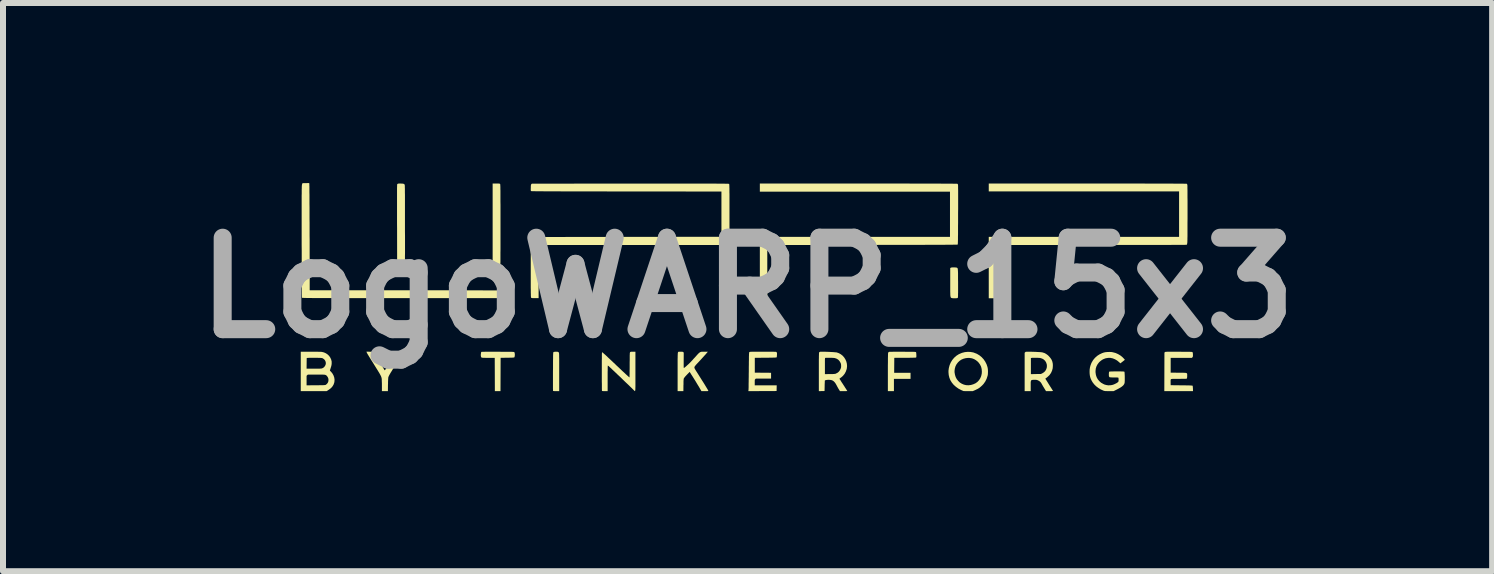
<source format=kicad_pcb>
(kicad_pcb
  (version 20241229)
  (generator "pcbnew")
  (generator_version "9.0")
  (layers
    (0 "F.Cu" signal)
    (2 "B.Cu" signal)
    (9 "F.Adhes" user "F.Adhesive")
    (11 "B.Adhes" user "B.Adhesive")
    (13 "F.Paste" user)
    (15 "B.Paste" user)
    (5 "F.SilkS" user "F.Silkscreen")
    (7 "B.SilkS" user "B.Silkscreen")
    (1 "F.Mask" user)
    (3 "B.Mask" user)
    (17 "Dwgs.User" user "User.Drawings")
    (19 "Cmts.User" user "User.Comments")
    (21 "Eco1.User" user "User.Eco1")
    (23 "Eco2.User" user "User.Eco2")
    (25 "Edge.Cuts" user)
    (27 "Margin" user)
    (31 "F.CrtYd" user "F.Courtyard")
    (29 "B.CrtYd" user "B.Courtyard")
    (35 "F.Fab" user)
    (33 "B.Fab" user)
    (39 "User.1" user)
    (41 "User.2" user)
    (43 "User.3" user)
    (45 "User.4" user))
  (footprint "LogoWARP_15x3"
    (layer "F.Cu")
    (at 9.405 1.745)
    (property "Reference" "LogoWARP_15x3" (at 0 0 0) (layer "F.Fab") (effects (font (size 1.524 1.524) (thickness 0.3))))
    (attr board_only exclude_from_pos_files exclude_from_bom)
    (fp_poly (pts (xy -3.16 1.067) (xy -3.149 1.073) (xy -3.143 1.081) (xy -3.142 1.084) (xy -3.141 1.09) (xy -3.14 1.103) (xy -3.139 1.123) (xy -3.139 1.149) (xy -3.138 1.183) (xy -3.138 1.224) (xy -3.138 1.272) (xy -3.138 1.328) (xy -3.138 1.391) (xy -3.138 1.409) (xy -3.138 1.722) (xy -3.188 1.722) (xy -3.209 1.722) (xy -3.224 1.721) (xy -3.233 1.72) (xy -3.238 1.719) (xy -3.241 1.717) (xy -3.241 1.716) (xy -3.241 1.712) (xy -3.241 1.7) (xy -3.242 1.683) (xy -3.242 1.659) (xy -3.242 1.63) (xy -3.242 1.597) (xy -3.242 1.559) (xy -3.242 1.518) (xy -3.242 1.474) (xy -3.242 1.427) (xy -3.242 1.395) (xy -3.241 1.339) (xy -3.241 1.29) (xy -3.241 1.248) (xy -3.241 1.211) (xy -3.24 1.18) (xy -3.24 1.155) (xy -3.24 1.134) (xy -3.239 1.117) (xy -3.239 1.103) (xy -3.238 1.093) (xy -3.238 1.085) (xy -3.237 1.08) (xy -3.236 1.077) (xy -3.235 1.074) (xy -3.234 1.073) (xy -3.228 1.069) (xy -3.218 1.067) (xy -3.202 1.065) (xy -3.197 1.065) (xy -3.175 1.065)) (stroke (width 0) (type solid)) (fill yes) (layer "F.SilkS"))
    (fp_poly (pts (xy 3.459 -0.339) (xy 3.474 -0.338) (xy 3.485 -0.336) (xy 3.489 -0.334) (xy 3.493 -0.332) (xy 3.496 -0.33) (xy 3.499 -0.326) (xy 3.501 -0.32) (xy 3.503 -0.312) (xy 3.504 -0.301) (xy 3.505 -0.287) (xy 3.506 -0.269) (xy 3.507 -0.246) (xy 3.507 -0.218) (xy 3.507 -0.185) (xy 3.507 -0.145) (xy 3.508 -0.099) (xy 3.508 -0.073) (xy 3.508 -0.025) (xy 3.508 0.016) (xy 3.508 0.051) (xy 3.508 0.08) (xy 3.507 0.103) (xy 3.507 0.122) (xy 3.507 0.137) (xy 3.506 0.148) (xy 3.505 0.156) (xy 3.505 0.162) (xy 3.504 0.165) (xy 3.502 0.167) (xy 3.502 0.168) (xy 3.497 0.171) (xy 3.489 0.173) (xy 3.476 0.174) (xy 3.458 0.174) (xy 3.44 0.174) (xy 3.424 0.174) (xy 3.412 0.173) (xy 3.408 0.172) (xy 3.402 0.171) (xy 3.397 0.169) (xy 3.392 0.167) (xy 3.389 0.164) (xy 3.385 0.159) (xy 3.383 0.152) (xy 3.381 0.142) (xy 3.379 0.129) (xy 3.378 0.113) (xy 3.378 0.092) (xy 3.377 0.066) (xy 3.377 0.035) (xy 3.377 -0.002) (xy 3.377 -0.046) (xy 3.377 -0.095) (xy 3.377 -0.328) (xy 3.385 -0.334) (xy 3.393 -0.337) (xy 3.406 -0.339) (xy 3.423 -0.34) (xy 3.441 -0.34)) (stroke (width 0) (type solid)) (fill yes) (layer "F.SilkS"))
    (fp_poly (pts (xy 2.528 1.065) (xy 2.58 1.065) (xy 2.584 1.065) (xy 2.63 1.066) (xy 2.669 1.066) (xy 2.702 1.066) (xy 2.728 1.066) (xy 2.75 1.067) (xy 2.767 1.067) (xy 2.78 1.068) (xy 2.79 1.068) (xy 2.797 1.069) (xy 2.802 1.07) (xy 2.805 1.071) (xy 2.806 1.072) (xy 2.807 1.074) (xy 2.81 1.08) (xy 2.811 1.093) (xy 2.812 1.108) (xy 2.813 1.124) (xy 2.813 1.14) (xy 2.812 1.153) (xy 2.81 1.16) (xy 2.81 1.161) (xy 2.807 1.162) (xy 2.801 1.163) (xy 2.791 1.164) (xy 2.776 1.164) (xy 2.756 1.165) (xy 2.731 1.165) (xy 2.7 1.166) (xy 2.661 1.166) (xy 2.626 1.166) (xy 2.445 1.167) (xy 2.444 1.291) (xy 2.443 1.416) (xy 2.716 1.416) (xy 2.716 1.517) (xy 2.439 1.517) (xy 2.439 1.722) (xy 2.338 1.722) (xy 2.338 1.407) (xy 2.338 1.345) (xy 2.338 1.291) (xy 2.339 1.243) (xy 2.339 1.202) (xy 2.339 1.168) (xy 2.34 1.14) (xy 2.34 1.117) (xy 2.341 1.101) (xy 2.341 1.089) (xy 2.342 1.083) (xy 2.343 1.082) (xy 2.349 1.073) (xy 2.357 1.068) (xy 2.362 1.067) (xy 2.373 1.067) (xy 2.391 1.066) (xy 2.415 1.066) (xy 2.446 1.065) (xy 2.483 1.065)) (stroke (width 0) (type solid)) (fill yes) (layer "F.SilkS"))
    (fp_poly (pts (xy -4.227 1.065) (xy -4.17 1.065) (xy -4.162 1.065) (xy -4.11 1.066) (xy -4.066 1.066) (xy -4.028 1.066) (xy -3.995 1.066) (xy -3.969 1.067) (xy -3.947 1.067) (xy -3.929 1.067) (xy -3.915 1.068) (xy -3.905 1.068) (xy -3.898 1.069) (xy -3.892 1.07) (xy -3.889 1.071) (xy -3.887 1.072) (xy -3.886 1.073) (xy -3.881 1.081) (xy -3.879 1.095) (xy -3.877 1.112) (xy -3.878 1.129) (xy -3.88 1.144) (xy -3.884 1.156) (xy -3.885 1.158) (xy -3.887 1.16) (xy -3.891 1.161) (xy -3.898 1.162) (xy -3.909 1.163) (xy -3.925 1.164) (xy -3.946 1.164) (xy -3.973 1.165) (xy -4.001 1.165) (xy -4.114 1.167) (xy -4.115 1.445) (xy -4.116 1.722) (xy -4.21 1.722) (xy -4.211 1.445) (xy -4.212 1.167) (xy -4.314 1.167) (xy -4.342 1.167) (xy -4.367 1.167) (xy -4.389 1.166) (xy -4.408 1.166) (xy -4.42 1.165) (xy -4.427 1.164) (xy -4.427 1.164) (xy -4.436 1.159) (xy -4.441 1.148) (xy -4.444 1.132) (xy -4.444 1.109) (xy -4.443 1.104) (xy -4.441 1.088) (xy -4.439 1.076) (xy -4.436 1.069) (xy -4.436 1.068) (xy -4.432 1.068) (xy -4.422 1.067) (xy -4.406 1.066) (xy -4.383 1.066) (xy -4.354 1.065) (xy -4.319 1.065) (xy -4.276 1.065)) (stroke (width 0) (type solid)) (fill yes) (layer "F.SilkS"))
    (fp_poly (pts (xy -4.165 -1.737) (xy -4.149 -1.737) (xy -4.138 -1.736) (xy -4.131 -1.735) (xy -4.127 -1.733) (xy -4.124 -1.731) (xy -4.122 -1.729) (xy -4.121 -1.727) (xy -4.121 -1.724) (xy -4.12 -1.72) (xy -4.12 -1.714) (xy -4.119 -1.706) (xy -4.119 -1.695) (xy -4.118 -1.681) (xy -4.118 -1.665) (xy -4.118 -1.645) (xy -4.117 -1.621) (xy -4.117 -1.593) (xy -4.117 -1.561) (xy -4.117 -1.524) (xy -4.117 -1.482) (xy -4.117 -1.435) (xy -4.116 -1.382) (xy -4.116 -1.324) (xy -4.116 -1.259) (xy -4.116 -1.187) (xy -4.116 -1.109) (xy -4.116 -1.036) (xy -4.116 -0.952) (xy -4.116 -0.875) (xy -4.116 -0.805) (xy -4.116 -0.742) (xy -4.116 -0.685) (xy -4.116 -0.633) (xy -4.117 -0.588) (xy -4.117 -0.547) (xy -4.117 -0.511) (xy -4.117 -0.48) (xy -4.117 -0.453) (xy -4.117 -0.43) (xy -4.118 -0.41) (xy -4.118 -0.394) (xy -4.118 -0.381) (xy -4.119 -0.37) (xy -4.119 -0.362) (xy -4.12 -0.356) (xy -4.12 -0.351) (xy -4.121 -0.348) (xy -4.122 -0.346) (xy -4.123 -0.344) (xy -4.123 -0.343) (xy -4.126 -0.34) (xy -4.13 -0.337) (xy -4.135 -0.336) (xy -4.143 -0.335) (xy -4.156 -0.334) (xy -4.174 -0.334) (xy -4.189 -0.334) (xy -4.247 -0.334) (xy -4.247 -1.036) (xy -4.247 -1.737) (xy -4.187 -1.737)) (stroke (width 0) (type solid)) (fill yes) (layer "F.SilkS"))
    (fp_poly (pts (xy 0.301 1.065) (xy 0.341 1.065) (xy 0.373 1.065) (xy 0.401 1.065) (xy 0.423 1.065) (xy 0.44 1.066) (xy 0.453 1.066) (xy 0.463 1.067) (xy 0.471 1.067) (xy 0.476 1.068) (xy 0.479 1.069) (xy 0.481 1.071) (xy 0.482 1.071) (xy 0.488 1.079) (xy 0.49 1.087) (xy 0.491 1.101) (xy 0.49 1.118) (xy 0.489 1.133) (xy 0.488 1.147) (xy 0.486 1.156) (xy 0.486 1.158) (xy 0.484 1.159) (xy 0.48 1.16) (xy 0.474 1.161) (xy 0.465 1.162) (xy 0.452 1.163) (xy 0.435 1.163) (xy 0.412 1.164) (xy 0.384 1.164) (xy 0.35 1.165) (xy 0.31 1.165) (xy 0.302 1.165) (xy 0.121 1.167) (xy 0.121 1.414) (xy 0.257 1.415) (xy 0.392 1.416) (xy 0.392 1.513) (xy 0.138 1.513) (xy 0.129 1.522) (xy 0.125 1.526) (xy 0.122 1.531) (xy 0.121 1.537) (xy 0.12 1.547) (xy 0.12 1.561) (xy 0.12 1.578) (xy 0.12 1.625) (xy 0.486 1.625) (xy 0.485 1.672) (xy 0.484 1.72) (xy 0.014 1.722) (xy 0.016 1.699) (xy 0.017 1.691) (xy 0.017 1.677) (xy 0.018 1.657) (xy 0.018 1.631) (xy 0.018 1.599) (xy 0.019 1.564) (xy 0.019 1.525) (xy 0.02 1.482) (xy 0.02 1.438) (xy 0.021 1.391) (xy 0.021 1.377) (xy 0.021 1.323) (xy 0.022 1.275) (xy 0.022 1.235) (xy 0.023 1.2) (xy 0.023 1.17) (xy 0.023 1.146) (xy 0.024 1.126) (xy 0.024 1.111) (xy 0.025 1.098) (xy 0.026 1.089) (xy 0.026 1.082) (xy 0.027 1.078) (xy 0.028 1.075) (xy 0.029 1.073) (xy 0.03 1.072) (xy 0.032 1.07) (xy 0.035 1.069) (xy 0.038 1.068) (xy 0.044 1.067) (xy 0.052 1.066) (xy 0.063 1.066) (xy 0.078 1.065) (xy 0.097 1.065) (xy 0.121 1.065) (xy 0.15 1.065) (xy 0.185 1.065) (xy 0.227 1.065) (xy 0.255 1.065)) (stroke (width 0) (type solid)) (fill yes) (layer "F.SilkS"))
    (fp_poly (pts (xy 3.715 1.069) (xy 3.761 1.077) (xy 3.775 1.082) (xy 3.821 1.1) (xy 3.863 1.125) (xy 3.901 1.156) (xy 3.934 1.192) (xy 3.961 1.232) (xy 3.983 1.276) (xy 3.997 1.318) (xy 4.002 1.341) (xy 4.005 1.368) (xy 4.006 1.397) (xy 4.005 1.425) (xy 4.003 1.451) (xy 3.999 1.468) (xy 3.983 1.517) (xy 3.961 1.561) (xy 3.933 1.601) (xy 3.913 1.623) (xy 3.888 1.646) (xy 3.864 1.666) (xy 3.837 1.683) (xy 3.806 1.698) (xy 3.794 1.704) (xy 3.752 1.722) (xy 3.676 1.722) (xy 3.599 1.721) (xy 3.562 1.705) (xy 3.514 1.68) (xy 3.472 1.65) (xy 3.435 1.617) (xy 3.405 1.581) (xy 3.38 1.541) (xy 3.363 1.499) (xy 3.352 1.454) (xy 3.348 1.407) (xy 3.348 1.386) (xy 3.348 1.382) (xy 3.449 1.382) (xy 3.449 1.407) (xy 3.456 1.449) (xy 3.468 1.488) (xy 3.486 1.522) (xy 3.51 1.552) (xy 3.537 1.578) (xy 3.569 1.598) (xy 3.604 1.613) (xy 3.641 1.622) (xy 3.681 1.624) (xy 3.723 1.619) (xy 3.723 1.619) (xy 3.763 1.607) (xy 3.8 1.59) (xy 3.831 1.567) (xy 3.857 1.539) (xy 3.878 1.506) (xy 3.893 1.47) (xy 3.902 1.431) (xy 3.904 1.397) (xy 3.901 1.355) (xy 3.892 1.317) (xy 3.876 1.283) (xy 3.853 1.25) (xy 3.837 1.232) (xy 3.806 1.207) (xy 3.774 1.188) (xy 3.739 1.175) (xy 3.7 1.169) (xy 3.677 1.168) (xy 3.637 1.172) (xy 3.598 1.182) (xy 3.563 1.197) (xy 3.532 1.218) (xy 3.505 1.244) (xy 3.482 1.274) (xy 3.465 1.307) (xy 3.454 1.344) (xy 3.449 1.382) (xy 3.348 1.382) (xy 3.354 1.336) (xy 3.367 1.288) (xy 3.386 1.244) (xy 3.411 1.203) (xy 3.441 1.167) (xy 3.476 1.135) (xy 3.516 1.109) (xy 3.528 1.103) (xy 3.573 1.084) (xy 3.62 1.072) (xy 3.668 1.067)) (stroke (width 0) (type solid)) (fill yes) (layer "F.SilkS"))
    (fp_poly (pts (xy -5.759 -1.736) (xy -5.74 -1.735) (xy -5.728 -1.731) (xy -5.719 -1.726) (xy -5.713 -1.718) (xy -5.712 -1.714) (xy -5.711 -1.711) (xy -5.711 -1.702) (xy -5.71 -1.689) (xy -5.71 -1.672) (xy -5.709 -1.649) (xy -5.709 -1.621) (xy -5.709 -1.587) (xy -5.708 -1.548) (xy -5.708 -1.503) (xy -5.708 -1.452) (xy -5.708 -1.394) (xy -5.708 -1.33) (xy -5.708 -1.26) (xy -5.708 -1.182) (xy -5.708 -1.098) (xy -5.708 -1.027) (xy -5.708 -0.942) (xy -5.707 -0.864) (xy -5.707 -0.793) (xy -5.707 -0.729) (xy -5.707 -0.671) (xy -5.707 -0.618) (xy -5.707 -0.572) (xy -5.708 -0.53) (xy -5.708 -0.494) (xy -5.708 -0.462) (xy -5.709 -0.434) (xy -5.71 -0.411) (xy -5.711 -0.391) (xy -5.712 -0.375) (xy -5.713 -0.362) (xy -5.715 -0.352) (xy -5.717 -0.344) (xy -5.719 -0.338) (xy -5.722 -0.334) (xy -5.725 -0.332) (xy -5.728 -0.331) (xy -5.731 -0.331) (xy -5.736 -0.332) (xy -5.74 -0.332) (xy -5.745 -0.333) (xy -5.75 -0.334) (xy -5.753 -0.334) (xy -5.77 -0.334) (xy -5.788 -0.334) (xy -5.801 -0.336) (xy -5.802 -0.336) (xy -5.817 -0.34) (xy -5.828 -0.347) (xy -5.829 -0.349) (xy -5.838 -0.359) (xy -5.839 -0.899) (xy -5.839 -0.992) (xy -5.84 -1.077) (xy -5.84 -1.156) (xy -5.84 -1.228) (xy -5.84 -1.293) (xy -5.84 -1.353) (xy -5.84 -1.406) (xy -5.84 -1.455) (xy -5.84 -1.498) (xy -5.84 -1.536) (xy -5.84 -1.57) (xy -5.84 -1.6) (xy -5.84 -1.625) (xy -5.84 -1.647) (xy -5.84 -1.665) (xy -5.839 -1.681) (xy -5.839 -1.693) (xy -5.839 -1.703) (xy -5.838 -1.711) (xy -5.838 -1.717) (xy -5.838 -1.721) (xy -5.837 -1.724) (xy -5.837 -1.726) (xy -5.836 -1.727) (xy -5.835 -1.728) (xy -5.834 -1.728) (xy -5.834 -1.728) (xy -5.833 -1.729) (xy -5.829 -1.732) (xy -5.824 -1.735) (xy -5.817 -1.736) (xy -5.805 -1.737) (xy -5.788 -1.737) (xy -5.783 -1.737)) (stroke (width 0) (type solid)) (fill yes) (layer "F.SilkS"))
    (fp_poly (pts (xy 2 -1.737) (xy 2.145 -1.737) (xy 2.282 -1.737) (xy 2.412 -1.737) (xy 2.535 -1.737) (xy 2.65 -1.737) (xy 2.758 -1.736) (xy 2.859 -1.736) (xy 2.952 -1.736) (xy 3.037 -1.736) (xy 3.116 -1.736) (xy 3.187 -1.736) (xy 3.25 -1.735) (xy 3.306 -1.735) (xy 3.355 -1.735) (xy 3.397 -1.735) (xy 3.431 -1.734) (xy 3.459 -1.734) (xy 3.478 -1.734) (xy 3.491 -1.734) (xy 3.496 -1.733) (xy 3.496 -1.733) (xy 3.502 -1.727) (xy 3.507 -1.718) (xy 3.507 -1.717) (xy 3.507 -1.711) (xy 3.508 -1.699) (xy 3.508 -1.679) (xy 3.508 -1.653) (xy 3.509 -1.621) (xy 3.509 -1.583) (xy 3.509 -1.54) (xy 3.509 -1.491) (xy 3.509 -1.437) (xy 3.509 -1.379) (xy 3.509 -1.316) (xy 3.508 -1.249) (xy 3.508 -1.215) (xy 3.508 -1.143) (xy 3.508 -1.079) (xy 3.507 -1.022) (xy 3.507 -0.971) (xy 3.507 -0.926) (xy 3.507 -0.887) (xy 3.506 -0.852) (xy 3.506 -0.823) (xy 3.506 -0.799) (xy 3.505 -0.778) (xy 3.505 -0.761) (xy 3.504 -0.748) (xy 3.504 -0.738) (xy 3.503 -0.73) (xy 3.502 -0.725) (xy 3.502 -0.722) (xy 3.501 -0.72) (xy 3.501 -0.72) (xy 3.499 -0.72) (xy 3.494 -0.719) (xy 3.487 -0.719) (xy 3.476 -0.719) (xy 3.463 -0.718) (xy 3.445 -0.718) (xy 3.424 -0.718) (xy 3.4 -0.717) (xy 3.371 -0.717) (xy 3.338 -0.717) (xy 3.301 -0.717) (xy 3.259 -0.716) (xy 3.212 -0.716) (xy 3.161 -0.716) (xy 3.104 -0.716) (xy 3.043 -0.716) (xy 2.975 -0.716) (xy 2.903 -0.715) (xy 2.824 -0.715) (xy 2.74 -0.715) (xy 2.649 -0.715) (xy 2.552 -0.715) (xy 2.449 -0.715) (xy 2.338 -0.715) (xy 2.221 -0.715) (xy 2.097 -0.714) (xy 1.966 -0.714) (xy 1.912 -0.714) (xy 0.329 -0.713) (xy 0.329 0.172) (xy 0.205 0.172) (xy 0.205 -0.848) (xy 3.373 -0.848) (xy 3.373 -1.602) (xy 0.205 -1.602) (xy 0.205 -1.737) (xy 1.847 -1.737)) (stroke (width 0) (type solid)) (fill yes) (layer "F.SilkS"))
    (fp_poly (pts (xy 7.104 1.065) (xy 7.144 1.065) (xy 7.185 1.065) (xy 7.232 1.066) (xy 7.271 1.066) (xy 7.305 1.066) (xy 7.332 1.066) (xy 7.354 1.067) (xy 7.372 1.067) (xy 7.386 1.068) (xy 7.396 1.068) (xy 7.403 1.069) (xy 7.408 1.07) (xy 7.411 1.071) (xy 7.413 1.073) (xy 7.413 1.073) (xy 7.417 1.078) (xy 7.419 1.087) (xy 7.42 1.101) (xy 7.421 1.113) (xy 7.421 1.129) (xy 7.42 1.14) (xy 7.419 1.148) (xy 7.416 1.153) (xy 7.413 1.157) (xy 7.404 1.167) (xy 7.227 1.167) (xy 7.05 1.167) (xy 7.05 1.414) (xy 7.181 1.415) (xy 7.218 1.415) (xy 7.248 1.415) (xy 7.271 1.416) (xy 7.29 1.417) (xy 7.303 1.418) (xy 7.313 1.421) (xy 7.319 1.425) (xy 7.323 1.43) (xy 7.325 1.438) (xy 7.325 1.447) (xy 7.325 1.458) (xy 7.325 1.467) (xy 7.325 1.483) (xy 7.323 1.497) (xy 7.322 1.507) (xy 7.321 1.509) (xy 7.32 1.511) (xy 7.318 1.513) (xy 7.314 1.514) (xy 7.307 1.515) (xy 7.298 1.516) (xy 7.285 1.516) (xy 7.267 1.516) (xy 7.243 1.516) (xy 7.213 1.517) (xy 7.191 1.517) (xy 7.156 1.517) (xy 7.129 1.517) (xy 7.107 1.517) (xy 7.09 1.517) (xy 7.078 1.518) (xy 7.069 1.519) (xy 7.063 1.52) (xy 7.059 1.521) (xy 7.056 1.523) (xy 7.056 1.523) (xy 7.053 1.526) (xy 7.051 1.53) (xy 7.049 1.537) (xy 7.049 1.547) (xy 7.049 1.561) (xy 7.049 1.576) (xy 7.05 1.623) (xy 7.23 1.625) (xy 7.275 1.625) (xy 7.312 1.626) (xy 7.343 1.626) (xy 7.367 1.627) (xy 7.386 1.628) (xy 7.4 1.629) (xy 7.409 1.63) (xy 7.414 1.631) (xy 7.415 1.631) (xy 7.417 1.638) (xy 7.419 1.651) (xy 7.42 1.67) (xy 7.421 1.679) (xy 7.422 1.722) (xy 6.944 1.722) (xy 6.945 1.4) (xy 6.946 1.079) (xy 6.955 1.072) (xy 6.957 1.07) (xy 6.959 1.069) (xy 6.963 1.068) (xy 6.969 1.067) (xy 6.976 1.066) (xy 6.987 1.066) (xy 7.001 1.065) (xy 7.019 1.065) (xy 7.042 1.065) (xy 7.07 1.065)) (stroke (width 0) (type solid)) (fill yes) (layer "F.SilkS"))
    (fp_poly (pts (xy -6.298 1.065) (xy -6.277 1.066) (xy -6.262 1.066) (xy -6.252 1.067) (xy -6.246 1.069) (xy -6.241 1.072) (xy -6.237 1.075) (xy -6.236 1.076) (xy -6.233 1.081) (xy -6.225 1.092) (xy -6.215 1.107) (xy -6.202 1.127) (xy -6.187 1.151) (xy -6.17 1.177) (xy -6.152 1.206) (xy -6.137 1.229) (xy -6.119 1.259) (xy -6.101 1.286) (xy -6.085 1.311) (xy -6.072 1.333) (xy -6.06 1.351) (xy -6.052 1.365) (xy -6.046 1.373) (xy -6.044 1.375) (xy -6.042 1.373) (xy -6.036 1.365) (xy -6.027 1.352) (xy -6.015 1.335) (xy -6.002 1.314) (xy -5.987 1.291) (xy -5.975 1.272) (xy -5.949 1.231) (xy -5.927 1.197) (xy -5.909 1.168) (xy -5.893 1.143) (xy -5.88 1.124) (xy -5.87 1.108) (xy -5.862 1.096) (xy -5.855 1.086) (xy -5.85 1.08) (xy -5.846 1.075) (xy -5.843 1.072) (xy -5.841 1.07) (xy -5.836 1.068) (xy -5.829 1.066) (xy -5.818 1.065) (xy -5.802 1.065) (xy -5.781 1.065) (xy -5.73 1.066) (xy -5.768 1.13) (xy -5.782 1.151) (xy -5.798 1.177) (xy -5.815 1.206) (xy -5.834 1.236) (xy -5.852 1.265) (xy -5.863 1.281) (xy -5.889 1.322) (xy -5.911 1.358) (xy -5.929 1.388) (xy -5.945 1.413) (xy -5.957 1.434) (xy -5.967 1.451) (xy -5.974 1.465) (xy -5.979 1.475) (xy -5.982 1.483) (xy -5.983 1.484) (xy -5.985 1.491) (xy -5.986 1.5) (xy -5.987 1.512) (xy -5.988 1.528) (xy -5.989 1.548) (xy -5.99 1.573) (xy -5.99 1.605) (xy -5.991 1.613) (xy -5.992 1.722) (xy -6.092 1.722) (xy -6.092 1.626) (xy -6.092 1.598) (xy -6.093 1.571) (xy -6.094 1.548) (xy -6.094 1.528) (xy -6.096 1.513) (xy -6.096 1.507) (xy -6.098 1.5) (xy -6.1 1.493) (xy -6.103 1.485) (xy -6.106 1.475) (xy -6.111 1.465) (xy -6.118 1.452) (xy -6.126 1.437) (xy -6.136 1.419) (xy -6.149 1.398) (xy -6.164 1.373) (xy -6.183 1.343) (xy -6.204 1.309) (xy -6.228 1.27) (xy -6.257 1.224) (xy -6.268 1.207) (xy -6.287 1.176) (xy -6.302 1.152) (xy -6.314 1.132) (xy -6.324 1.116) (xy -6.331 1.104) (xy -6.336 1.095) (xy -6.34 1.087) (xy -6.343 1.081) (xy -6.346 1.076) (xy -6.346 1.074) (xy -6.35 1.064)) (stroke (width 0) (type solid)) (fill yes) (layer "F.SilkS"))
    (fp_poly (pts (xy 4.677 1.065) (xy 4.709 1.065) (xy 4.741 1.066) (xy 4.774 1.067) (xy 4.806 1.068) (xy 4.836 1.07) (xy 4.863 1.071) (xy 4.886 1.073) (xy 4.904 1.075) (xy 4.916 1.077) (xy 4.917 1.078) (xy 4.947 1.087) (xy 4.973 1.101) (xy 4.998 1.119) (xy 5.02 1.139) (xy 5.046 1.169) (xy 5.066 1.199) (xy 5.079 1.232) (xy 5.086 1.267) (xy 5.087 1.3) (xy 5.084 1.342) (xy 5.073 1.382) (xy 5.056 1.419) (xy 5.032 1.453) (xy 5.001 1.483) (xy 4.985 1.496) (xy 4.961 1.514) (xy 4.97 1.527) (xy 4.975 1.536) (xy 4.984 1.55) (xy 4.995 1.567) (xy 5.007 1.587) (xy 5.02 1.608) (xy 5.034 1.63) (xy 5.047 1.651) (xy 5.06 1.671) (xy 5.071 1.688) (xy 5.08 1.703) (xy 5.086 1.712) (xy 5.089 1.717) (xy 5.089 1.717) (xy 5.088 1.719) (xy 5.084 1.72) (xy 5.075 1.721) (xy 5.06 1.722) (xy 5.039 1.722) (xy 5.032 1.722) (xy 4.973 1.722) (xy 4.945 1.676) (xy 4.934 1.658) (xy 4.923 1.64) (xy 4.914 1.624) (xy 4.907 1.612) (xy 4.906 1.61) (xy 4.892 1.585) (xy 4.876 1.566) (xy 4.857 1.552) (xy 4.846 1.546) (xy 4.833 1.54) (xy 4.823 1.536) (xy 4.812 1.534) (xy 4.798 1.533) (xy 4.785 1.533) (xy 4.765 1.533) (xy 4.75 1.534) (xy 4.738 1.536) (xy 4.729 1.54) (xy 4.724 1.547) (xy 4.72 1.558) (xy 4.718 1.574) (xy 4.718 1.595) (xy 4.718 1.622) (xy 4.718 1.636) (xy 4.718 1.722) (xy 4.617 1.722) (xy 4.617 1.439) (xy 4.721 1.439) (xy 4.805 1.437) (xy 4.888 1.436) (xy 4.913 1.424) (xy 4.939 1.407) (xy 4.96 1.386) (xy 4.975 1.361) (xy 4.985 1.333) (xy 4.988 1.303) (xy 4.985 1.273) (xy 4.974 1.243) (xy 4.974 1.242) (xy 4.957 1.216) (xy 4.935 1.195) (xy 4.909 1.18) (xy 4.878 1.17) (xy 4.872 1.169) (xy 4.857 1.168) (xy 4.838 1.167) (xy 4.815 1.166) (xy 4.792 1.166) (xy 4.77 1.166) (xy 4.751 1.166) (xy 4.738 1.167) (xy 4.735 1.168) (xy 4.721 1.17) (xy 4.721 1.439) (xy 4.617 1.439) (xy 4.617 1.083) (xy 4.626 1.074) (xy 4.63 1.07) (xy 4.635 1.067) (xy 4.642 1.066) (xy 4.652 1.065) (xy 4.668 1.065)) (stroke (width 0) (type solid)) (fill yes) (layer "F.SilkS"))
    (fp_poly (pts (xy -7.279 1.065) (xy -7.244 1.065) (xy -7.21 1.065) (xy -7.179 1.065) (xy -7.151 1.066) (xy -7.128 1.066) (xy -7.11 1.067) (xy -7.097 1.068) (xy -7.093 1.068) (xy -7.057 1.077) (xy -7.024 1.092) (xy -6.995 1.112) (xy -6.97 1.137) (xy -6.951 1.165) (xy -6.937 1.196) (xy -6.929 1.229) (xy -6.929 1.264) (xy -6.93 1.274) (xy -6.932 1.288) (xy -6.936 1.306) (xy -6.942 1.325) (xy -6.946 1.338) (xy -6.959 1.379) (xy -6.937 1.402) (xy -6.914 1.431) (xy -6.897 1.463) (xy -6.886 1.496) (xy -6.881 1.53) (xy -6.883 1.564) (xy -6.886 1.58) (xy -6.897 1.612) (xy -6.914 1.641) (xy -6.936 1.667) (xy -6.965 1.69) (xy -6.979 1.7) (xy -7.013 1.722) (xy -7.444 1.722) (xy -7.444 1.625) (xy -7.347 1.625) (xy -7.193 1.624) (xy -7.155 1.624) (xy -7.123 1.623) (xy -7.097 1.623) (xy -7.077 1.623) (xy -7.061 1.622) (xy -7.049 1.621) (xy -7.04 1.62) (xy -7.034 1.619) (xy -7.03 1.618) (xy -7.028 1.617) (xy -7.009 1.602) (xy -6.994 1.583) (xy -6.985 1.561) (xy -6.982 1.537) (xy -6.984 1.514) (xy -6.993 1.491) (xy -7.005 1.473) (xy -7.011 1.466) (xy -7.017 1.461) (xy -7.023 1.456) (xy -7.03 1.453) (xy -7.039 1.45) (xy -7.051 1.448) (xy -7.067 1.447) (xy -7.087 1.446) (xy -7.112 1.446) (xy -7.143 1.446) (xy -7.18 1.446) (xy -7.187 1.446) (xy -7.326 1.446) (xy -7.347 1.466) (xy -7.347 1.625) (xy -7.444 1.625) (xy -7.444 1.348) (xy -7.347 1.348) (xy -7.229 1.348) (xy -7.194 1.348) (xy -7.166 1.348) (xy -7.143 1.348) (xy -7.126 1.347) (xy -7.112 1.346) (xy -7.102 1.345) (xy -7.094 1.344) (xy -7.09 1.343) (xy -7.069 1.333) (xy -7.051 1.317) (xy -7.037 1.297) (xy -7.028 1.274) (xy -7.026 1.253) (xy -7.03 1.231) (xy -7.04 1.209) (xy -7.055 1.191) (xy -7.075 1.177) (xy -7.078 1.175) (xy -7.084 1.173) (xy -7.089 1.171) (xy -7.096 1.17) (xy -7.105 1.169) (xy -7.118 1.168) (xy -7.134 1.167) (xy -7.156 1.167) (xy -7.183 1.166) (xy -7.204 1.166) (xy -7.232 1.166) (xy -7.259 1.166) (xy -7.283 1.166) (xy -7.304 1.167) (xy -7.319 1.167) (xy -7.328 1.168) (xy -7.329 1.168) (xy -7.345 1.171) (xy -7.346 1.26) (xy -7.347 1.348) (xy -7.444 1.348) (xy -7.444 1.065)) (stroke (width 0) (type solid)) (fill yes) (layer "F.SilkS"))
    (fp_poly (pts (xy 5.817 -1.737) (xy 5.961 -1.737) (xy 6.098 -1.737) (xy 6.228 -1.737) (xy 6.35 -1.737) (xy 6.465 -1.737) (xy 6.572 -1.737) (xy 6.672 -1.736) (xy 6.765 -1.736) (xy 6.851 -1.736) (xy 6.929 -1.736) (xy 7 -1.736) (xy 7.064 -1.736) (xy 7.12 -1.735) (xy 7.17 -1.735) (xy 7.212 -1.735) (xy 7.247 -1.735) (xy 7.275 -1.734) (xy 7.296 -1.734) (xy 7.31 -1.734) (xy 7.317 -1.733) (xy 7.318 -1.733) (xy 7.323 -1.727) (xy 7.327 -1.717) (xy 7.328 -1.715) (xy 7.328 -1.71) (xy 7.329 -1.698) (xy 7.329 -1.678) (xy 7.329 -1.653) (xy 7.33 -1.623) (xy 7.33 -1.587) (xy 7.33 -1.546) (xy 7.33 -1.501) (xy 7.331 -1.452) (xy 7.331 -1.399) (xy 7.331 -1.344) (xy 7.331 -1.286) (xy 7.331 -1.226) (xy 7.331 -1.219) (xy 7.331 -1.148) (xy 7.33 -1.084) (xy 7.33 -1.026) (xy 7.33 -0.975) (xy 7.33 -0.93) (xy 7.33 -0.891) (xy 7.33 -0.857) (xy 7.329 -0.827) (xy 7.329 -0.802) (xy 7.328 -0.781) (xy 7.328 -0.764) (xy 7.327 -0.751) (xy 7.325 -0.74) (xy 7.324 -0.732) (xy 7.323 -0.726) (xy 7.321 -0.722) (xy 7.319 -0.719) (xy 7.316 -0.718) (xy 7.314 -0.717) (xy 7.311 -0.716) (xy 7.307 -0.716) (xy 7.306 -0.716) (xy 7.302 -0.716) (xy 7.29 -0.716) (xy 7.271 -0.715) (xy 7.246 -0.715) (xy 7.214 -0.715) (xy 7.175 -0.715) (xy 7.131 -0.715) (xy 7.081 -0.715) (xy 7.026 -0.714) (xy 6.965 -0.714) (xy 6.9 -0.714) (xy 6.829 -0.714) (xy 6.754 -0.714) (xy 6.675 -0.714) (xy 6.592 -0.714) (xy 6.505 -0.714) (xy 6.414 -0.714) (xy 6.32 -0.714) (xy 6.223 -0.714) (xy 6.124 -0.714) (xy 6.021 -0.713) (xy 5.917 -0.713) (xy 5.81 -0.713) (xy 5.722 -0.713) (xy 4.15 -0.713) (xy 4.15 -0.279) (xy 4.15 -0.213) (xy 4.15 -0.153) (xy 4.15 -0.101) (xy 4.15 -0.055) (xy 4.15 -0.014) (xy 4.15 0.021) (xy 4.149 0.051) (xy 4.149 0.076) (xy 4.149 0.097) (xy 4.149 0.114) (xy 4.148 0.128) (xy 4.148 0.139) (xy 4.147 0.147) (xy 4.147 0.154) (xy 4.146 0.158) (xy 4.145 0.161) (xy 4.144 0.163) (xy 4.143 0.165) (xy 4.143 0.165) (xy 4.14 0.168) (xy 4.136 0.171) (xy 4.131 0.172) (xy 4.123 0.173) (xy 4.11 0.174) (xy 4.092 0.174) (xy 4.077 0.174) (xy 4.019 0.174) (xy 4.019 -0.848) (xy 7.19 -0.848) (xy 7.19 -1.606) (xy 4.019 -1.606) (xy 4.019 -1.737) (xy 5.665 -1.737)) (stroke (width 0) (type solid)) (fill yes) (layer "F.SilkS"))
    (fp_poly (pts (xy -1.868 1.393) (xy -1.868 1.452) (xy -1.868 1.503) (xy -1.868 1.548) (xy -1.868 1.587) (xy -1.868 1.62) (xy -1.868 1.647) (xy -1.869 1.669) (xy -1.869 1.687) (xy -1.87 1.701) (xy -1.872 1.71) (xy -1.873 1.717) (xy -1.875 1.72) (xy -1.878 1.721) (xy -1.881 1.72) (xy -1.884 1.717) (xy -1.888 1.713) (xy -1.892 1.708) (xy -1.897 1.704) (xy -1.904 1.697) (xy -1.916 1.685) (xy -1.931 1.67) (xy -1.951 1.651) (xy -1.973 1.629) (xy -1.998 1.605) (xy -2.025 1.58) (xy -2.053 1.553) (xy -2.082 1.525) (xy -2.111 1.496) (xy -2.141 1.468) (xy -2.17 1.441) (xy -2.197 1.415) (xy -2.223 1.39) (xy -2.247 1.368) (xy -2.267 1.348) (xy -2.285 1.332) (xy -2.299 1.319) (xy -2.308 1.31) (xy -2.312 1.306) (xy -2.321 1.3) (xy -2.327 1.297) (xy -2.328 1.296) (xy -2.329 1.3) (xy -2.329 1.31) (xy -2.33 1.327) (xy -2.33 1.349) (xy -2.33 1.376) (xy -2.331 1.407) (xy -2.331 1.441) (xy -2.331 1.479) (xy -2.331 1.509) (xy -2.331 1.722) (xy -2.377 1.722) (xy -2.395 1.722) (xy -2.41 1.721) (xy -2.421 1.72) (xy -2.425 1.72) (xy -2.425 1.719) (xy -2.426 1.715) (xy -2.426 1.705) (xy -2.427 1.687) (xy -2.427 1.664) (xy -2.427 1.636) (xy -2.427 1.602) (xy -2.428 1.565) (xy -2.428 1.524) (xy -2.428 1.48) (xy -2.428 1.433) (xy -2.428 1.396) (xy -2.428 1.339) (xy -2.428 1.289) (xy -2.428 1.246) (xy -2.428 1.209) (xy -2.427 1.177) (xy -2.427 1.15) (xy -2.427 1.129) (xy -2.427 1.112) (xy -2.426 1.098) (xy -2.426 1.088) (xy -2.425 1.081) (xy -2.424 1.077) (xy -2.423 1.074) (xy -2.422 1.073) (xy -2.419 1.076) (xy -2.409 1.083) (xy -2.395 1.096) (xy -2.375 1.113) (xy -2.35 1.136) (xy -2.32 1.165) (xy -2.284 1.198) (xy -2.243 1.237) (xy -2.197 1.28) (xy -2.193 1.285) (xy -2.154 1.321) (xy -2.118 1.355) (xy -2.086 1.386) (xy -2.056 1.413) (xy -2.031 1.437) (xy -2.009 1.457) (xy -1.991 1.473) (xy -1.978 1.485) (xy -1.97 1.491) (xy -1.967 1.493) (xy -1.967 1.493) (xy -1.966 1.489) (xy -1.966 1.477) (xy -1.966 1.46) (xy -1.965 1.437) (xy -1.965 1.41) (xy -1.965 1.378) (xy -1.964 1.344) (xy -1.964 1.306) (xy -1.964 1.284) (xy -1.964 1.24) (xy -1.963 1.203) (xy -1.963 1.172) (xy -1.963 1.146) (xy -1.963 1.126) (xy -1.962 1.11) (xy -1.962 1.097) (xy -1.961 1.088) (xy -1.96 1.082) (xy -1.959 1.078) (xy -1.958 1.075) (xy -1.956 1.073) (xy -1.956 1.072) (xy -1.952 1.069) (xy -1.947 1.067) (xy -1.939 1.065) (xy -1.927 1.065) (xy -1.909 1.065) (xy -1.868 1.065)) (stroke (width 0) (type solid)) (fill yes) (layer "F.SilkS"))
    (fp_poly (pts (xy -0.69 1.099) (xy -0.7 1.111) (xy -0.715 1.127) (xy -0.732 1.146) (xy -0.752 1.168) (xy -0.773 1.191) (xy -0.794 1.214) (xy -0.796 1.216) (xy -0.819 1.241) (xy -0.839 1.262) (xy -0.854 1.278) (xy -0.865 1.291) (xy -0.873 1.301) (xy -0.879 1.309) (xy -0.882 1.314) (xy -0.884 1.319) (xy -0.885 1.323) (xy -0.885 1.327) (xy -0.885 1.332) (xy -0.884 1.338) (xy -0.881 1.344) (xy -0.877 1.353) (xy -0.87 1.364) (xy -0.861 1.38) (xy -0.848 1.4) (xy -0.837 1.417) (xy -0.818 1.447) (xy -0.798 1.479) (xy -0.778 1.511) (xy -0.758 1.543) (xy -0.738 1.574) (xy -0.72 1.603) (xy -0.703 1.631) (xy -0.688 1.656) (xy -0.675 1.677) (xy -0.665 1.694) (xy -0.658 1.707) (xy -0.654 1.714) (xy -0.654 1.716) (xy -0.654 1.718) (xy -0.657 1.72) (xy -0.664 1.721) (xy -0.675 1.722) (xy -0.691 1.722) (xy -0.711 1.722) (xy -0.768 1.722) (xy -0.796 1.674) (xy -0.809 1.651) (xy -0.827 1.622) (xy -0.847 1.589) (xy -0.869 1.552) (xy -0.893 1.514) (xy -0.918 1.474) (xy -0.937 1.445) (xy -0.964 1.401) (xy -1.008 1.446) (xy -1.023 1.462) (xy -1.037 1.477) (xy -1.048 1.491) (xy -1.056 1.501) (xy -1.059 1.505) (xy -1.061 1.509) (xy -1.063 1.515) (xy -1.064 1.521) (xy -1.065 1.531) (xy -1.066 1.544) (xy -1.067 1.561) (xy -1.067 1.584) (xy -1.067 1.613) (xy -1.068 1.62) (xy -1.069 1.722) (xy -1.165 1.722) (xy -1.165 1.407) (xy -1.165 1.349) (xy -1.165 1.299) (xy -1.165 1.255) (xy -1.165 1.217) (xy -1.165 1.185) (xy -1.164 1.158) (xy -1.164 1.135) (xy -1.163 1.117) (xy -1.163 1.103) (xy -1.162 1.092) (xy -1.161 1.083) (xy -1.159 1.077) (xy -1.158 1.073) (xy -1.156 1.07) (xy -1.154 1.068) (xy -1.153 1.067) (xy -1.148 1.066) (xy -1.136 1.065) (xy -1.122 1.065) (xy -1.114 1.065) (xy -1.097 1.065) (xy -1.085 1.066) (xy -1.078 1.068) (xy -1.072 1.071) (xy -1.072 1.072) (xy -1.063 1.079) (xy -1.064 1.208) (xy -1.064 1.241) (xy -1.064 1.271) (xy -1.064 1.296) (xy -1.064 1.315) (xy -1.063 1.329) (xy -1.062 1.336) (xy -1.062 1.337) (xy -1.057 1.335) (xy -1.048 1.328) (xy -1.035 1.318) (xy -1.02 1.305) (xy -1.004 1.29) (xy -0.987 1.275) (xy -0.97 1.259) (xy -0.956 1.245) (xy -0.949 1.238) (xy -0.935 1.223) (xy -0.918 1.205) (xy -0.899 1.183) (xy -0.879 1.162) (xy -0.86 1.141) (xy -0.86 1.141) (xy -0.84 1.118) (xy -0.824 1.101) (xy -0.81 1.087) (xy -0.798 1.078) (xy -0.786 1.071) (xy -0.773 1.067) (xy -0.758 1.065) (xy -0.739 1.065) (xy -0.717 1.065) (xy -0.661 1.065)) (stroke (width 0) (type solid)) (fill yes) (layer "F.SilkS"))
    (fp_poly (pts (xy 1.255 1.065) (xy 1.279 1.065) (xy 1.306 1.066) (xy 1.335 1.067) (xy 1.365 1.068) (xy 1.393 1.07) (xy 1.42 1.071) (xy 1.444 1.073) (xy 1.464 1.075) (xy 1.479 1.076) (xy 1.486 1.077) (xy 1.523 1.09) (xy 1.556 1.109) (xy 1.586 1.133) (xy 1.611 1.162) (xy 1.631 1.194) (xy 1.646 1.229) (xy 1.655 1.266) (xy 1.658 1.305) (xy 1.654 1.344) (xy 1.651 1.357) (xy 1.637 1.397) (xy 1.617 1.434) (xy 1.59 1.467) (xy 1.558 1.495) (xy 1.555 1.496) (xy 1.544 1.505) (xy 1.536 1.511) (xy 1.532 1.515) (xy 1.531 1.515) (xy 1.533 1.519) (xy 1.539 1.528) (xy 1.548 1.541) (xy 1.559 1.559) (xy 1.572 1.58) (xy 1.588 1.603) (xy 1.597 1.618) (xy 1.613 1.642) (xy 1.627 1.665) (xy 1.64 1.684) (xy 1.65 1.7) (xy 1.657 1.712) (xy 1.662 1.719) (xy 1.662 1.72) (xy 1.659 1.721) (xy 1.649 1.721) (xy 1.634 1.722) (xy 1.616 1.722) (xy 1.601 1.722) (xy 1.54 1.722) (xy 1.522 1.693) (xy 1.512 1.677) (xy 1.501 1.657) (xy 1.49 1.637) (xy 1.484 1.625) (xy 1.467 1.595) (xy 1.449 1.571) (xy 1.431 1.554) (xy 1.411 1.542) (xy 1.41 1.542) (xy 1.394 1.537) (xy 1.373 1.534) (xy 1.351 1.533) (xy 1.328 1.534) (xy 1.308 1.537) (xy 1.292 1.542) (xy 1.288 1.544) (xy 1.288 1.548) (xy 1.287 1.558) (xy 1.287 1.573) (xy 1.286 1.593) (xy 1.285 1.616) (xy 1.285 1.632) (xy 1.283 1.72) (xy 1.235 1.721) (xy 1.188 1.722) (xy 1.188 1.439) (xy 1.289 1.439) (xy 1.374 1.437) (xy 1.401 1.437) (xy 1.422 1.437) (xy 1.438 1.436) (xy 1.45 1.435) (xy 1.459 1.434) (xy 1.466 1.432) (xy 1.472 1.43) (xy 1.479 1.426) (xy 1.479 1.426) (xy 1.505 1.412) (xy 1.525 1.393) (xy 1.541 1.37) (xy 1.545 1.361) (xy 1.552 1.346) (xy 1.556 1.334) (xy 1.559 1.322) (xy 1.559 1.307) (xy 1.559 1.302) (xy 1.559 1.285) (xy 1.557 1.273) (xy 1.554 1.261) (xy 1.548 1.247) (xy 1.531 1.219) (xy 1.51 1.197) (xy 1.484 1.181) (xy 1.454 1.171) (xy 1.441 1.169) (xy 1.428 1.168) (xy 1.411 1.167) (xy 1.391 1.166) (xy 1.369 1.166) (xy 1.348 1.166) (xy 1.328 1.166) (xy 1.312 1.166) (xy 1.3 1.167) (xy 1.295 1.168) (xy 1.293 1.169) (xy 1.292 1.172) (xy 1.291 1.177) (xy 1.29 1.186) (xy 1.289 1.198) (xy 1.289 1.215) (xy 1.289 1.237) (xy 1.289 1.265) (xy 1.289 1.3) (xy 1.289 1.439) (xy 1.188 1.439) (xy 1.188 1.405) (xy 1.188 1.344) (xy 1.188 1.29) (xy 1.188 1.243) (xy 1.188 1.202) (xy 1.189 1.168) (xy 1.189 1.14) (xy 1.19 1.117) (xy 1.19 1.1) (xy 1.191 1.088) (xy 1.192 1.08) (xy 1.192 1.078) (xy 1.199 1.07) (xy 1.21 1.066) (xy 1.219 1.065) (xy 1.234 1.065)) (stroke (width 0) (type solid)) (fill yes) (layer "F.SilkS"))
    (fp_poly (pts (xy 6.061 1.07) (xy 6.085 1.074) (xy 6.131 1.086) (xy 6.174 1.105) (xy 6.214 1.129) (xy 6.249 1.158) (xy 6.272 1.182) (xy 6.287 1.2) (xy 6.212 1.259) (xy 6.192 1.24) (xy 6.158 1.212) (xy 6.122 1.191) (xy 6.085 1.176) (xy 6.047 1.168) (xy 6.008 1.168) (xy 5.969 1.174) (xy 5.954 1.179) (xy 5.922 1.192) (xy 5.894 1.21) (xy 5.867 1.232) (xy 5.856 1.243) (xy 5.832 1.274) (xy 5.814 1.308) (xy 5.802 1.345) (xy 5.798 1.385) (xy 5.798 1.408) (xy 5.804 1.451) (xy 5.816 1.489) (xy 5.835 1.524) (xy 5.86 1.554) (xy 5.89 1.581) (xy 5.927 1.602) (xy 5.948 1.612) (xy 5.977 1.62) (xy 6.009 1.625) (xy 6.042 1.624) (xy 6.072 1.62) (xy 6.082 1.617) (xy 6.104 1.61) (xy 6.125 1.6) (xy 6.145 1.59) (xy 6.161 1.58) (xy 6.173 1.57) (xy 6.18 1.561) (xy 6.18 1.56) (xy 6.182 1.552) (xy 6.182 1.538) (xy 6.182 1.524) (xy 6.181 1.51) (xy 6.18 1.501) (xy 6.18 1.501) (xy 6.178 1.498) (xy 6.175 1.497) (xy 6.17 1.495) (xy 6.16 1.495) (xy 6.146 1.494) (xy 6.126 1.494) (xy 6.109 1.494) (xy 6.085 1.494) (xy 6.064 1.493) (xy 6.048 1.492) (xy 6.037 1.491) (xy 6.032 1.49) (xy 6.027 1.484) (xy 6.022 1.475) (xy 6.022 1.473) (xy 6.02 1.462) (xy 6.02 1.448) (xy 6.02 1.432) (xy 6.021 1.417) (xy 6.023 1.405) (xy 6.026 1.398) (xy 6.026 1.398) (xy 6.029 1.397) (xy 6.035 1.395) (xy 6.046 1.395) (xy 6.062 1.394) (xy 6.084 1.394) (xy 6.112 1.393) (xy 6.146 1.393) (xy 6.152 1.393) (xy 6.186 1.393) (xy 6.213 1.393) (xy 6.234 1.394) (xy 6.251 1.394) (xy 6.262 1.395) (xy 6.27 1.396) (xy 6.275 1.397) (xy 6.278 1.398) (xy 6.279 1.399) (xy 6.281 1.405) (xy 6.282 1.416) (xy 6.283 1.433) (xy 6.284 1.453) (xy 6.285 1.476) (xy 6.285 1.499) (xy 6.285 1.523) (xy 6.285 1.544) (xy 6.284 1.563) (xy 6.283 1.578) (xy 6.282 1.587) (xy 6.282 1.587) (xy 6.275 1.604) (xy 6.265 1.62) (xy 6.25 1.635) (xy 6.23 1.651) (xy 6.205 1.667) (xy 6.174 1.684) (xy 6.155 1.694) (xy 6.099 1.722) (xy 6.026 1.722) (xy 6 1.722) (xy 5.981 1.721) (xy 5.966 1.721) (xy 5.955 1.72) (xy 5.946 1.718) (xy 5.938 1.716) (xy 5.929 1.713) (xy 5.929 1.713) (xy 5.885 1.693) (xy 5.844 1.668) (xy 5.807 1.64) (xy 5.775 1.608) (xy 5.749 1.574) (xy 5.732 1.545) (xy 5.718 1.515) (xy 5.709 1.488) (xy 5.703 1.46) (xy 5.7 1.43) (xy 5.699 1.401) (xy 5.7 1.362) (xy 5.705 1.328) (xy 5.713 1.297) (xy 5.725 1.264) (xy 5.733 1.246) (xy 5.758 1.204) (xy 5.788 1.168) (xy 5.823 1.136) (xy 5.863 1.11) (xy 5.907 1.089) (xy 5.935 1.079) (xy 5.963 1.073) (xy 5.995 1.07) (xy 6.029 1.069)) (stroke (width 0) (type solid)) (fill yes) (layer "F.SilkS"))
    (fp_poly (pts (xy -7.301 -1.725) (xy -7.301 -1.719) (xy -7.301 -1.707) (xy -7.3 -1.688) (xy -7.3 -1.662) (xy -7.3 -1.631) (xy -7.3 -1.594) (xy -7.299 -1.552) (xy -7.299 -1.506) (xy -7.299 -1.455) (xy -7.299 -1.401) (xy -7.298 -1.343) (xy -7.298 -1.282) (xy -7.298 -1.218) (xy -7.298 -1.152) (xy -7.297 -1.085) (xy -7.297 -1.015) (xy -7.297 -0.945) (xy -7.297 -0.875) (xy -7.296 -0.804) (xy -7.296 -0.733) (xy -7.296 -0.663) (xy -7.296 -0.594) (xy -7.296 -0.526) (xy -7.295 -0.46) (xy -7.295 -0.396) (xy -7.295 -0.335) (xy -7.295 -0.277) (xy -7.295 -0.223) (xy -7.295 -0.172) (xy -7.295 -0.139) (xy -7.295 0.041) (xy -5.712 0.041) (xy -5.578 0.041) (xy -5.449 0.041) (xy -5.325 0.041) (xy -5.206 0.041) (xy -5.093 0.041) (xy -4.986 0.041) (xy -4.885 0.042) (xy -4.789 0.042) (xy -4.699 0.042) (xy -4.615 0.042) (xy -4.538 0.042) (xy -4.467 0.042) (xy -4.402 0.043) (xy -4.343 0.043) (xy -4.292 0.043) (xy -4.247 0.043) (xy -4.208 0.043) (xy -4.177 0.044) (xy -4.153 0.044) (xy -4.136 0.044) (xy -4.126 0.045) (xy -4.124 0.045) (xy -4.121 0.048) (xy -4.12 0.053) (xy -4.119 0.063) (xy -4.118 0.078) (xy -4.118 0.099) (xy -4.118 0.101) (xy -4.118 0.154) (xy -4.129 0.163) (xy -4.139 0.172) (xy -5.778 0.172) (xy -5.911 0.172) (xy -6.036 0.172) (xy -6.153 0.172) (xy -6.265 0.172) (xy -6.369 0.172) (xy -6.467 0.172) (xy -6.559 0.172) (xy -6.644 0.172) (xy -6.724 0.172) (xy -6.798 0.172) (xy -6.867 0.172) (xy -6.931 0.171) (xy -6.989 0.171) (xy -7.043 0.171) (xy -7.092 0.171) (xy -7.137 0.171) (xy -7.178 0.171) (xy -7.214 0.171) (xy -7.247 0.171) (xy -7.276 0.17) (xy -7.302 0.17) (xy -7.324 0.17) (xy -7.344 0.17) (xy -7.361 0.169) (xy -7.375 0.169) (xy -7.387 0.169) (xy -7.397 0.168) (xy -7.405 0.168) (xy -7.411 0.168) (xy -7.416 0.167) (xy -7.419 0.167) (xy -7.421 0.166) (xy -7.422 0.166) (xy -7.423 0.166) (xy -7.423 0.164) (xy -7.424 0.161) (xy -7.424 0.155) (xy -7.425 0.147) (xy -7.425 0.136) (xy -7.425 0.122) (xy -7.426 0.104) (xy -7.426 0.084) (xy -7.426 0.059) (xy -7.427 0.031) (xy -7.427 -0.002) (xy -7.427 -0.039) (xy -7.427 -0.081) (xy -7.427 -0.128) (xy -7.428 -0.18) (xy -7.428 -0.238) (xy -7.428 -0.302) (xy -7.428 -0.371) (xy -7.428 -0.447) (xy -7.428 -0.53) (xy -7.428 -0.619) (xy -7.429 -0.716) (xy -7.429 -0.769) (xy -7.429 -0.868) (xy -7.429 -0.959) (xy -7.429 -1.044) (xy -7.429 -1.122) (xy -7.429 -1.193) (xy -7.429 -1.258) (xy -7.429 -1.318) (xy -7.429 -1.372) (xy -7.429 -1.421) (xy -7.429 -1.465) (xy -7.429 -1.504) (xy -7.429 -1.539) (xy -7.428 -1.569) (xy -7.428 -1.596) (xy -7.428 -1.619) (xy -7.428 -1.639) (xy -7.427 -1.656) (xy -7.427 -1.671) (xy -7.427 -1.683) (xy -7.426 -1.692) (xy -7.426 -1.7) (xy -7.425 -1.706) (xy -7.425 -1.711) (xy -7.424 -1.715) (xy -7.424 -1.718) (xy -7.423 -1.72) (xy -7.416 -1.743) (xy -7.36 -1.744) (xy -7.303 -1.745)) (stroke (width 0) (type solid)) (fill yes) (layer "F.SilkS"))
    (fp_poly (pts (xy -1.078 -1.736) (xy -0.997 -1.736) (xy -0.921 -1.736) (xy -0.852 -1.736) (xy -0.787 -1.736) (xy -0.728 -1.736) (xy -0.673 -1.736) (xy -0.624 -1.736) (xy -0.578 -1.736) (xy -0.538 -1.736) (xy -0.501 -1.735) (xy -0.468 -1.735) (xy -0.439 -1.735) (xy -0.413 -1.735) (xy -0.391 -1.735) (xy -0.372 -1.734) (xy -0.356 -1.734) (xy -0.342 -1.734) (xy -0.331 -1.734) (xy -0.323 -1.733) (xy -0.316 -1.733) (xy -0.312 -1.732) (xy -0.309 -1.732) (xy -0.308 -1.732) (xy -0.307 -1.731) (xy -0.306 -1.73) (xy -0.306 -1.728) (xy -0.305 -1.726) (xy -0.305 -1.722) (xy -0.304 -1.717) (xy -0.304 -1.71) (xy -0.303 -1.702) (xy -0.303 -1.691) (xy -0.303 -1.677) (xy -0.302 -1.661) (xy -0.302 -1.642) (xy -0.302 -1.619) (xy -0.302 -1.593) (xy -0.301 -1.563) (xy -0.301 -1.528) (xy -0.301 -1.49) (xy -0.301 -1.446) (xy -0.301 -1.398) (xy -0.301 -1.344) (xy -0.301 -1.285) (xy -0.301 -1.22) (xy -0.301 -1.149) (xy -0.301 -1.072) (xy -0.301 -0.988) (xy -0.301 -0.897) (xy -0.301 -0.799) (xy -0.301 -0.781) (xy -0.301 -0.681) (xy -0.301 -0.588) (xy -0.301 -0.502) (xy -0.301 -0.422) (xy -0.301 -0.349) (xy -0.301 -0.283) (xy -0.301 -0.222) (xy -0.301 -0.167) (xy -0.301 -0.117) (xy -0.301 -0.072) (xy -0.301 -0.032) (xy -0.302 0.003) (xy -0.302 0.035) (xy -0.302 0.062) (xy -0.302 0.085) (xy -0.303 0.105) (xy -0.303 0.121) (xy -0.303 0.135) (xy -0.304 0.146) (xy -0.304 0.154) (xy -0.305 0.16) (xy -0.305 0.164) (xy -0.306 0.167) (xy -0.306 0.168) (xy -0.306 0.168) (xy -0.312 0.17) (xy -0.324 0.171) (xy -0.339 0.171) (xy -0.358 0.172) (xy -0.361 0.172) (xy -0.384 0.172) (xy -0.401 0.17) (xy -0.412 0.168) (xy -0.42 0.164) (xy -0.425 0.158) (xy -0.429 0.149) (xy -0.429 0.146) (xy -0.43 0.14) (xy -0.431 0.126) (xy -0.431 0.105) (xy -0.432 0.077) (xy -0.432 0.041) (xy -0.433 -0.002) (xy -0.433 -0.053) (xy -0.433 -0.11) (xy -0.433 -0.175) (xy -0.433 -0.247) (xy -0.433 -0.29) (xy -0.433 -0.713) (xy -3.481 -0.713) (xy -3.481 0.172) (xy -3.541 0.172) (xy -3.563 0.172) (xy -3.579 0.172) (xy -3.59 0.171) (xy -3.597 0.17) (xy -3.602 0.168) (xy -3.605 0.166) (xy -3.606 0.163) (xy -3.607 0.161) (xy -3.608 0.158) (xy -3.608 0.153) (xy -3.609 0.145) (xy -3.61 0.135) (xy -3.61 0.122) (xy -3.61 0.106) (xy -3.611 0.085) (xy -3.611 0.061) (xy -3.611 0.032) (xy -3.612 -0.001) (xy -3.612 -0.04) (xy -3.612 -0.084) (xy -3.612 -0.135) (xy -3.612 -0.192) (xy -3.612 -0.255) (xy -3.612 -0.325) (xy -3.612 -0.385) (xy -3.612 -0.442) (xy -3.612 -0.497) (xy -3.612 -0.55) (xy -3.612 -0.599) (xy -3.612 -0.644) (xy -3.612 -0.685) (xy -3.612 -0.722) (xy -3.612 -0.753) (xy -3.612 -0.779) (xy -3.612 -0.799) (xy -3.612 -0.812) (xy -3.612 -0.818) (xy -3.612 -0.818) (xy -3.611 -0.829) (xy -3.607 -0.838) (xy -3.607 -0.839) (xy -3.606 -0.839) (xy -3.605 -0.84) (xy -3.604 -0.84) (xy -3.602 -0.841) (xy -3.599 -0.841) (xy -3.595 -0.842) (xy -3.59 -0.842) (xy -3.583 -0.843) (xy -3.574 -0.843) (xy -3.563 -0.843) (xy -3.55 -0.844) (xy -3.535 -0.844) (xy -3.517 -0.844) (xy -3.497 -0.845) (xy -3.473 -0.845) (xy -3.446 -0.845) (xy -3.416 -0.845) (xy -3.382 -0.845) (xy -3.344 -0.846) (xy -3.302 -0.846) (xy -3.256 -0.846) (xy -3.205 -0.846) (xy -3.149 -0.846) (xy -3.089 -0.846) (xy -3.024 -0.847) (xy -2.953 -0.847) (xy -2.876 -0.847) (xy -2.794 -0.847) (xy -2.706 -0.847) (xy -2.612 -0.847) (xy -2.511 -0.847) (xy -2.404 -0.847) (xy -2.29 -0.848) (xy -2.169 -0.848) (xy -2.041 -0.848) (xy -2.018 -0.848) (xy -0.435 -0.85) (xy -0.435 -1.604) (xy -2.019 -1.605) (xy -2.155 -1.605) (xy -2.284 -1.605) (xy -2.406 -1.606) (xy -2.521 -1.606) (xy -2.629 -1.606) (xy -2.73 -1.606) (xy -2.825 -1.606) (xy -2.914 -1.606) (xy -2.996 -1.606) (xy -3.073 -1.606) (xy -3.143 -1.607) (xy -3.208 -1.607) (xy -3.267 -1.607) (xy -3.321 -1.607) (xy -3.37 -1.607) (xy -3.414 -1.608) (xy -3.452 -1.608) (xy -3.486 -1.608) (xy -3.516 -1.608) (xy -3.541 -1.609) (xy -3.562 -1.609) (xy -3.578 -1.609) (xy -3.591 -1.61) (xy -3.6 -1.61) (xy -3.605 -1.61) (xy -3.607 -1.611) (xy -3.609 -1.614) (xy -3.611 -1.62) (xy -3.612 -1.631) (xy -3.612 -1.647) (xy -3.611 -1.667) (xy -3.611 -1.687) (xy -3.61 -1.702) (xy -3.609 -1.712) (xy -3.607 -1.718) (xy -3.605 -1.723) (xy -3.602 -1.727) (xy -3.593 -1.735) (xy -1.954 -1.736) (xy -1.821 -1.736) (xy -1.694 -1.736) (xy -1.575 -1.736) (xy -1.462 -1.736) (xy -1.357 -1.736) (xy -1.258 -1.736) (xy -1.165 -1.736)) (stroke (width 0) (type solid)) (fill yes) (layer "F.SilkS")))
  (gr_rect
    (start -3 -3)
    (end 21.811 6.467)
    (stroke (width 0.1) (type default))
    (fill no)
    (layer "Edge.Cuts")))
</source>
